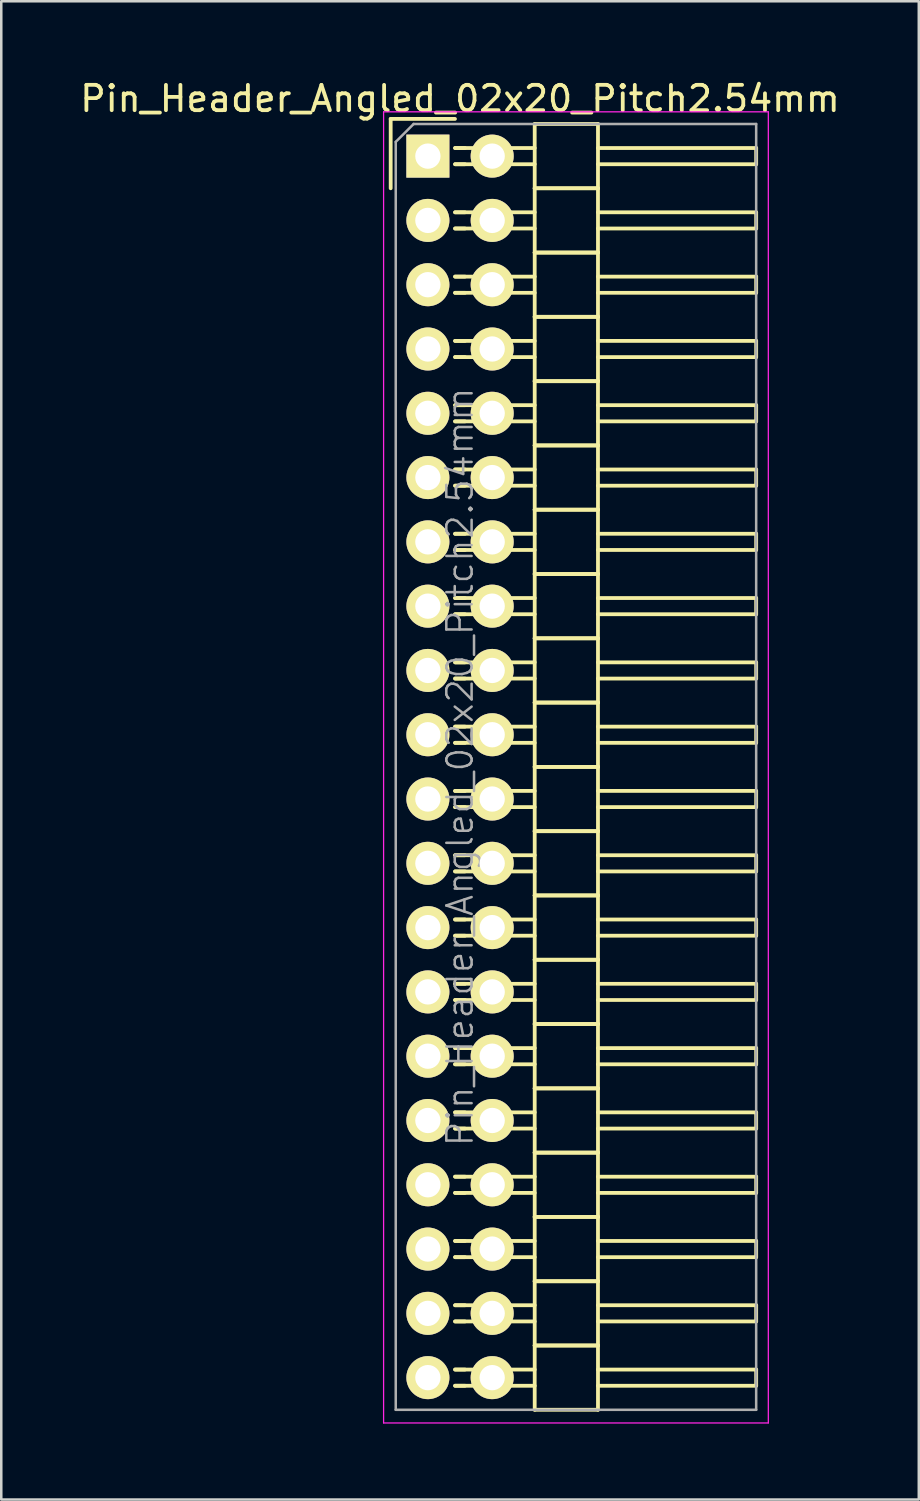
<source format=kicad_pcb>
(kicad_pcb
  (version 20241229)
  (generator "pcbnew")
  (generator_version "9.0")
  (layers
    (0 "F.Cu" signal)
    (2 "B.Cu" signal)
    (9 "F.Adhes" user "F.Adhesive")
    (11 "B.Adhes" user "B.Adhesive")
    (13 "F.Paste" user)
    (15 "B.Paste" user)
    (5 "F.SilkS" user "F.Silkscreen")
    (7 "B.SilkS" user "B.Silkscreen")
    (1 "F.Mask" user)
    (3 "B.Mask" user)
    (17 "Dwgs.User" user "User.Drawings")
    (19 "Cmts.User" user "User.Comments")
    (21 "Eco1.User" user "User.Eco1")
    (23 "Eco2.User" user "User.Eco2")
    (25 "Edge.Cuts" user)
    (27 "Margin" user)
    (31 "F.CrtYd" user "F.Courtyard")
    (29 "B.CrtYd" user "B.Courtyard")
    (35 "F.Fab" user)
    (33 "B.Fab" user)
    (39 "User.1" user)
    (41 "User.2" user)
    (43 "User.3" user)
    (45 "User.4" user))
  (footprint "Pin_Header_Angled_02x20_Pitch2.54mm"
    (layer "F.Cu")
    (at 13.855 3.118)
    (property "Reference" "Pin_Header_Angled_02x20_Pitch2.54mm" (at 1.27 -2.27 0) (layer "F.SilkS") (effects (font (size 1 1) (thickness 0.15))))
    (attr smd)
    (fp_line (start -1.47 -1.47) (end -1.47 1.27) (stroke (width 0.15) (type solid)) (layer "F.SilkS"))
    (fp_line (start -1.47 -1.47) (end 1.07 -1.47) (stroke (width 0.15) (type solid)) (layer "F.SilkS"))
    (fp_line (start 1.465 -0.32) (end 1.075 -0.32) (stroke (width 0.15) (type solid)) (layer "F.SilkS"))
    (fp_line (start 1.465 0.32) (end 1.075 0.32) (stroke (width 0.15) (type solid)) (layer "F.SilkS"))
    (fp_line (start 1.465 2.22) (end 1.075 2.22) (stroke (width 0.15) (type solid)) (layer "F.SilkS"))
    (fp_line (start 1.465 2.86) (end 1.075 2.86) (stroke (width 0.15) (type solid)) (layer "F.SilkS"))
    (fp_line (start 1.465 4.76) (end 1.075 4.76) (stroke (width 0.15) (type solid)) (layer "F.SilkS"))
    (fp_line (start 1.465 5.4) (end 1.075 5.4) (stroke (width 0.15) (type solid)) (layer "F.SilkS"))
    (fp_line (start 1.465 7.3) (end 1.075 7.3) (stroke (width 0.15) (type solid)) (layer "F.SilkS"))
    (fp_line (start 1.465 7.94) (end 1.075 7.94) (stroke (width 0.15) (type solid)) (layer "F.SilkS"))
    (fp_line (start 1.465 9.84) (end 1.075 9.84) (stroke (width 0.15) (type solid)) (layer "F.SilkS"))
    (fp_line (start 1.465 10.48) (end 1.075 10.48) (stroke (width 0.15) (type solid)) (layer "F.SilkS"))
    (fp_line (start 1.465 12.38) (end 1.075 12.38) (stroke (width 0.15) (type solid)) (layer "F.SilkS"))
    (fp_line (start 1.465 13.02) (end 1.075 13.02) (stroke (width 0.15) (type solid)) (layer "F.SilkS"))
    (fp_line (start 1.465 14.92) (end 1.075 14.92) (stroke (width 0.15) (type solid)) (layer "F.SilkS"))
    (fp_line (start 1.465 15.56) (end 1.075 15.56) (stroke (width 0.15) (type solid)) (layer "F.SilkS"))
    (fp_line (start 1.465 17.46) (end 1.075 17.46) (stroke (width 0.15) (type solid)) (layer "F.SilkS"))
    (fp_line (start 1.465 18.1) (end 1.075 18.1) (stroke (width 0.15) (type solid)) (layer "F.SilkS"))
    (fp_line (start 1.465 20) (end 1.075 20) (stroke (width 0.15) (type solid)) (layer "F.SilkS"))
    (fp_line (start 1.465 20.64) (end 1.075 20.64) (stroke (width 0.15) (type solid)) (layer "F.SilkS"))
    (fp_line (start 1.465 22.54) (end 1.075 22.54) (stroke (width 0.15) (type solid)) (layer "F.SilkS"))
    (fp_line (start 1.465 23.18) (end 1.075 23.18) (stroke (width 0.15) (type solid)) (layer "F.SilkS"))
    (fp_line (start 1.465 25.08) (end 1.075 25.08) (stroke (width 0.15) (type solid)) (layer "F.SilkS"))
    (fp_line (start 1.465 25.72) (end 1.075 25.72) (stroke (width 0.15) (type solid)) (layer "F.SilkS"))
    (fp_line (start 1.465 27.62) (end 1.075 27.62) (stroke (width 0.15) (type solid)) (layer "F.SilkS"))
    (fp_line (start 1.465 28.26) (end 1.075 28.26) (stroke (width 0.15) (type solid)) (layer "F.SilkS"))
    (fp_line (start 1.465 30.16) (end 1.075 30.16) (stroke (width 0.15) (type solid)) (layer "F.SilkS"))
    (fp_line (start 1.465 30.8) (end 1.075 30.8) (stroke (width 0.15) (type solid)) (layer "F.SilkS"))
    (fp_line (start 1.465 32.7) (end 1.075 32.7) (stroke (width 0.15) (type solid)) (layer "F.SilkS"))
    (fp_line (start 1.465 33.34) (end 1.075 33.34) (stroke (width 0.15) (type solid)) (layer "F.SilkS"))
    (fp_line (start 1.465 35.24) (end 1.075 35.24) (stroke (width 0.15) (type solid)) (layer "F.SilkS"))
    (fp_line (start 1.465 35.88) (end 1.075 35.88) (stroke (width 0.15) (type solid)) (layer "F.SilkS"))
    (fp_line (start 1.465 37.78) (end 1.075 37.78) (stroke (width 0.15) (type solid)) (layer "F.SilkS"))
    (fp_line (start 1.465 38.42) (end 1.075 38.42) (stroke (width 0.15) (type solid)) (layer "F.SilkS"))
    (fp_line (start 1.465 40.32) (end 1.075 40.32) (stroke (width 0.15) (type solid)) (layer "F.SilkS"))
    (fp_line (start 1.465 40.96) (end 1.075 40.96) (stroke (width 0.15) (type solid)) (layer "F.SilkS"))
    (fp_line (start 1.465 42.86) (end 1.075 42.86) (stroke (width 0.15) (type solid)) (layer "F.SilkS"))
    (fp_line (start 1.465 43.5) (end 1.075 43.5) (stroke (width 0.15) (type solid)) (layer "F.SilkS"))
    (fp_line (start 1.465 45.4) (end 1.075 45.4) (stroke (width 0.15) (type solid)) (layer "F.SilkS"))
    (fp_line (start 1.465 46.04) (end 1.075 46.04) (stroke (width 0.15) (type solid)) (layer "F.SilkS"))
    (fp_line (start 1.465 47.94) (end 1.075 47.94) (stroke (width 0.15) (type solid)) (layer "F.SilkS"))
    (fp_line (start 1.465 48.58) (end 1.075 48.58) (stroke (width 0.15) (type solid)) (layer "F.SilkS"))
    (fp_line (start 4.22 -0.32) (end 1.075 -0.32) (stroke (width 0.15) (type solid)) (layer "F.SilkS"))
    (fp_line (start 4.22 0.32) (end 1.075 0.32) (stroke (width 0.15) (type solid)) (layer "F.SilkS"))
    (fp_line (start 4.22 1.27) (end 4.22 -1.27) (stroke (width 0.15) (type solid)) (layer "F.SilkS"))
    (fp_line (start 4.22 2.22) (end 1.075 2.22) (stroke (width 0.15) (type solid)) (layer "F.SilkS"))
    (fp_line (start 4.22 2.86) (end 1.075 2.86) (stroke (width 0.15) (type solid)) (layer "F.SilkS"))
    (fp_line (start 4.22 3.81) (end 4.22 1.27) (stroke (width 0.15) (type solid)) (layer "F.SilkS"))
    (fp_line (start 4.22 4.76) (end 1.075 4.76) (stroke (width 0.15) (type solid)) (layer "F.SilkS"))
    (fp_line (start 4.22 5.4) (end 1.075 5.4) (stroke (width 0.15) (type solid)) (layer "F.SilkS"))
    (fp_line (start 4.22 6.35) (end 4.22 3.81) (stroke (width 0.15) (type solid)) (layer "F.SilkS"))
    (fp_line (start 4.22 7.3) (end 1.075 7.3) (stroke (width 0.15) (type solid)) (layer "F.SilkS"))
    (fp_line (start 4.22 7.94) (end 1.075 7.94) (stroke (width 0.15) (type solid)) (layer "F.SilkS"))
    (fp_line (start 4.22 8.89) (end 4.22 6.35) (stroke (width 0.15) (type solid)) (layer "F.SilkS"))
    (fp_line (start 4.22 9.84) (end 1.075 9.84) (stroke (width 0.15) (type solid)) (layer "F.SilkS"))
    (fp_line (start 4.22 10.48) (end 1.075 10.48) (stroke (width 0.15) (type solid)) (layer "F.SilkS"))
    (fp_line (start 4.22 11.43) (end 4.22 8.89) (stroke (width 0.15) (type solid)) (layer "F.SilkS"))
    (fp_line (start 4.22 12.38) (end 1.075 12.38) (stroke (width 0.15) (type solid)) (layer "F.SilkS"))
    (fp_line (start 4.22 13.02) (end 1.075 13.02) (stroke (width 0.15) (type solid)) (layer "F.SilkS"))
    (fp_line (start 4.22 13.97) (end 4.22 11.43) (stroke (width 0.15) (type solid)) (layer "F.SilkS"))
    (fp_line (start 4.22 14.92) (end 1.075 14.92) (stroke (width 0.15) (type solid)) (layer "F.SilkS"))
    (fp_line (start 4.22 15.56) (end 1.075 15.56) (stroke (width 0.15) (type solid)) (layer "F.SilkS"))
    (fp_line (start 4.22 16.51) (end 4.22 13.97) (stroke (width 0.15) (type solid)) (layer "F.SilkS"))
    (fp_line (start 4.22 17.46) (end 1.075 17.46) (stroke (width 0.15) (type solid)) (layer "F.SilkS"))
    (fp_line (start 4.22 18.1) (end 1.075 18.1) (stroke (width 0.15) (type solid)) (layer "F.SilkS"))
    (fp_line (start 4.22 19.05) (end 4.22 16.51) (stroke (width 0.15) (type solid)) (layer "F.SilkS"))
    (fp_line (start 4.22 20) (end 1.075 20) (stroke (width 0.15) (type solid)) (layer "F.SilkS"))
    (fp_line (start 4.22 20.64) (end 1.075 20.64) (stroke (width 0.15) (type solid)) (layer "F.SilkS"))
    (fp_line (start 4.22 21.59) (end 4.22 19.05) (stroke (width 0.15) (type solid)) (layer "F.SilkS"))
    (fp_line (start 4.22 22.54) (end 1.075 22.54) (stroke (width 0.15) (type solid)) (layer "F.SilkS"))
    (fp_line (start 4.22 23.18) (end 1.075 23.18) (stroke (width 0.15) (type solid)) (layer "F.SilkS"))
    (fp_line (start 4.22 24.13) (end 4.22 21.59) (stroke (width 0.15) (type solid)) (layer "F.SilkS"))
    (fp_line (start 4.22 25.08) (end 1.075 25.08) (stroke (width 0.15) (type solid)) (layer "F.SilkS"))
    (fp_line (start 4.22 25.72) (end 1.075 25.72) (stroke (width 0.15) (type solid)) (layer "F.SilkS"))
    (fp_line (start 4.22 26.67) (end 4.22 24.13) (stroke (width 0.15) (type solid)) (layer "F.SilkS"))
    (fp_line (start 4.22 27.62) (end 1.075 27.62) (stroke (width 0.15) (type solid)) (layer "F.SilkS"))
    (fp_line (start 4.22 28.26) (end 1.075 28.26) (stroke (width 0.15) (type solid)) (layer "F.SilkS"))
    (fp_line (start 4.22 29.21) (end 4.22 26.67) (stroke (width 0.15) (type solid)) (layer "F.SilkS"))
    (fp_line (start 4.22 30.16) (end 1.075 30.16) (stroke (width 0.15) (type solid)) (layer "F.SilkS"))
    (fp_line (start 4.22 30.8) (end 1.075 30.8) (stroke (width 0.15) (type solid)) (layer "F.SilkS"))
    (fp_line (start 4.22 31.75) (end 4.22 29.21) (stroke (width 0.15) (type solid)) (layer "F.SilkS"))
    (fp_line (start 4.22 32.7) (end 1.075 32.7) (stroke (width 0.15) (type solid)) (layer "F.SilkS"))
    (fp_line (start 4.22 33.34) (end 1.075 33.34) (stroke (width 0.15) (type solid)) (layer "F.SilkS"))
    (fp_line (start 4.22 34.29) (end 4.22 31.75) (stroke (width 0.15) (type solid)) (layer "F.SilkS"))
    (fp_line (start 4.22 35.24) (end 1.075 35.24) (stroke (width 0.15) (type solid)) (layer "F.SilkS"))
    (fp_line (start 4.22 35.88) (end 1.075 35.88) (stroke (width 0.15) (type solid)) (layer "F.SilkS"))
    (fp_line (start 4.22 36.83) (end 4.22 34.29) (stroke (width 0.15) (type solid)) (layer "F.SilkS"))
    (fp_line (start 4.22 37.78) (end 1.075 37.78) (stroke (width 0.15) (type solid)) (layer "F.SilkS"))
    (fp_line (start 4.22 38.42) (end 1.075 38.42) (stroke (width 0.15) (type solid)) (layer "F.SilkS"))
    (fp_line (start 4.22 39.37) (end 4.22 36.83) (stroke (width 0.15) (type solid)) (layer "F.SilkS"))
    (fp_line (start 4.22 40.32) (end 1.075 40.32) (stroke (width 0.15) (type solid)) (layer "F.SilkS"))
    (fp_line (start 4.22 40.96) (end 1.075 40.96) (stroke (width 0.15) (type solid)) (layer "F.SilkS"))
    (fp_line (start 4.22 41.91) (end 4.22 39.37) (stroke (width 0.15) (type solid)) (layer "F.SilkS"))
    (fp_line (start 4.22 42.86) (end 1.075 42.86) (stroke (width 0.15) (type solid)) (layer "F.SilkS"))
    (fp_line (start 4.22 43.5) (end 1.075 43.5) (stroke (width 0.15) (type solid)) (layer "F.SilkS"))
    (fp_line (start 4.22 44.45) (end 4.22 41.91) (stroke (width 0.15) (type solid)) (layer "F.SilkS"))
    (fp_line (start 4.22 45.4) (end 1.075 45.4) (stroke (width 0.15) (type solid)) (layer "F.SilkS"))
    (fp_line (start 4.22 46.04) (end 1.075 46.04) (stroke (width 0.15) (type solid)) (layer "F.SilkS"))
    (fp_line (start 4.22 46.99) (end 4.22 44.45) (stroke (width 0.15) (type solid)) (layer "F.SilkS"))
    (fp_line (start 4.22 47.94) (end 1.075 47.94) (stroke (width 0.15) (type solid)) (layer "F.SilkS"))
    (fp_line (start 4.22 48.58) (end 1.075 48.58) (stroke (width 0.15) (type solid)) (layer "F.SilkS"))
    (fp_line (start 4.22 49.53) (end 4.22 46.99) (stroke (width 0.15) (type solid)) (layer "F.SilkS"))
    (fp_line (start 6.72 -1.27) (end 4.22 -1.27) (stroke (width 0.15) (type solid)) (layer "F.SilkS"))
    (fp_line (start 6.72 -0.32) (end 12.97 -0.32) (stroke (width 0.15) (type solid)) (layer "F.SilkS"))
    (fp_line (start 6.72 0.32) (end 12.97 0.32) (stroke (width 0.15) (type solid)) (layer "F.SilkS"))
    (fp_line (start 6.72 1.27) (end 4.22 1.27) (stroke (width 0.15) (type solid)) (layer "F.SilkS"))
    (fp_line (start 6.72 1.27) (end 4.22 1.27) (stroke (width 0.15) (type solid)) (layer "F.SilkS"))
    (fp_line (start 6.72 1.27) (end 6.72 -1.27) (stroke (width 0.15) (type solid)) (layer "F.SilkS"))
    (fp_line (start 6.72 2.22) (end 12.97 2.22) (stroke (width 0.15) (type solid)) (layer "F.SilkS"))
    (fp_line (start 6.72 2.86) (end 12.97 2.86) (stroke (width 0.15) (type solid)) (layer "F.SilkS"))
    (fp_line (start 6.72 3.81) (end 4.22 3.81) (stroke (width 0.15) (type solid)) (layer "F.SilkS"))
    (fp_line (start 6.72 3.81) (end 4.22 3.81) (stroke (width 0.15) (type solid)) (layer "F.SilkS"))
    (fp_line (start 6.72 3.81) (end 6.72 1.27) (stroke (width 0.15) (type solid)) (layer "F.SilkS"))
    (fp_line (start 6.72 4.76) (end 12.97 4.76) (stroke (width 0.15) (type solid)) (layer "F.SilkS"))
    (fp_line (start 6.72 5.4) (end 12.97 5.4) (stroke (width 0.15) (type solid)) (layer "F.SilkS"))
    (fp_line (start 6.72 6.35) (end 4.22 6.35) (stroke (width 0.15) (type solid)) (layer "F.SilkS"))
    (fp_line (start 6.72 6.35) (end 4.22 6.35) (stroke (width 0.15) (type solid)) (layer "F.SilkS"))
    (fp_line (start 6.72 6.35) (end 6.72 3.81) (stroke (width 0.15) (type solid)) (layer "F.SilkS"))
    (fp_line (start 6.72 7.3) (end 12.97 7.3) (stroke (width 0.15) (type solid)) (layer "F.SilkS"))
    (fp_line (start 6.72 7.94) (end 12.97 7.94) (stroke (width 0.15) (type solid)) (layer "F.SilkS"))
    (fp_line (start 6.72 8.89) (end 4.22 8.89) (stroke (width 0.15) (type solid)) (layer "F.SilkS"))
    (fp_line (start 6.72 8.89) (end 4.22 8.89) (stroke (width 0.15) (type solid)) (layer "F.SilkS"))
    (fp_line (start 6.72 8.89) (end 6.72 6.35) (stroke (width 0.15) (type solid)) (layer "F.SilkS"))
    (fp_line (start 6.72 9.84) (end 12.97 9.84) (stroke (width 0.15) (type solid)) (layer "F.SilkS"))
    (fp_line (start 6.72 10.48) (end 12.97 10.48) (stroke (width 0.15) (type solid)) (layer "F.SilkS"))
    (fp_line (start 6.72 11.43) (end 4.22 11.43) (stroke (width 0.15) (type solid)) (layer "F.SilkS"))
    (fp_line (start 6.72 11.43) (end 4.22 11.43) (stroke (width 0.15) (type solid)) (layer "F.SilkS"))
    (fp_line (start 6.72 11.43) (end 6.72 8.89) (stroke (width 0.15) (type solid)) (layer "F.SilkS"))
    (fp_line (start 6.72 12.38) (end 12.97 12.38) (stroke (width 0.15) (type solid)) (layer "F.SilkS"))
    (fp_line (start 6.72 13.02) (end 12.97 13.02) (stroke (width 0.15) (type solid)) (layer "F.SilkS"))
    (fp_line (start 6.72 13.97) (end 4.22 13.97) (stroke (width 0.15) (type solid)) (layer "F.SilkS"))
    (fp_line (start 6.72 13.97) (end 4.22 13.97) (stroke (width 0.15) (type solid)) (layer "F.SilkS"))
    (fp_line (start 6.72 13.97) (end 6.72 11.43) (stroke (width 0.15) (type solid)) (layer "F.SilkS"))
    (fp_line (start 6.72 14.92) (end 12.97 14.92) (stroke (width 0.15) (type solid)) (layer "F.SilkS"))
    (fp_line (start 6.72 15.56) (end 12.97 15.56) (stroke (width 0.15) (type solid)) (layer "F.SilkS"))
    (fp_line (start 6.72 16.51) (end 4.22 16.51) (stroke (width 0.15) (type solid)) (layer "F.SilkS"))
    (fp_line (start 6.72 16.51) (end 4.22 16.51) (stroke (width 0.15) (type solid)) (layer "F.SilkS"))
    (fp_line (start 6.72 16.51) (end 6.72 13.97) (stroke (width 0.15) (type solid)) (layer "F.SilkS"))
    (fp_line (start 6.72 17.46) (end 12.97 17.46) (stroke (width 0.15) (type solid)) (layer "F.SilkS"))
    (fp_line (start 6.72 18.1) (end 12.97 18.1) (stroke (width 0.15) (type solid)) (layer "F.SilkS"))
    (fp_line (start 6.72 19.05) (end 4.22 19.05) (stroke (width 0.15) (type solid)) (layer "F.SilkS"))
    (fp_line (start 6.72 19.05) (end 4.22 19.05) (stroke (width 0.15) (type solid)) (layer "F.SilkS"))
    (fp_line (start 6.72 19.05) (end 6.72 16.51) (stroke (width 0.15) (type solid)) (layer "F.SilkS"))
    (fp_line (start 6.72 20) (end 12.97 20) (stroke (width 0.15) (type solid)) (layer "F.SilkS"))
    (fp_line (start 6.72 20.64) (end 12.97 20.64) (stroke (width 0.15) (type solid)) (layer "F.SilkS"))
    (fp_line (start 6.72 21.59) (end 4.22 21.59) (stroke (width 0.15) (type solid)) (layer "F.SilkS"))
    (fp_line (start 6.72 21.59) (end 4.22 21.59) (stroke (width 0.15) (type solid)) (layer "F.SilkS"))
    (fp_line (start 6.72 21.59) (end 6.72 19.05) (stroke (width 0.15) (type solid)) (layer "F.SilkS"))
    (fp_line (start 6.72 22.54) (end 12.97 22.54) (stroke (width 0.15) (type solid)) (layer "F.SilkS"))
    (fp_line (start 6.72 23.18) (end 12.97 23.18) (stroke (width 0.15) (type solid)) (layer "F.SilkS"))
    (fp_line (start 6.72 24.13) (end 4.22 24.13) (stroke (width 0.15) (type solid)) (layer "F.SilkS"))
    (fp_line (start 6.72 24.13) (end 4.22 24.13) (stroke (width 0.15) (type solid)) (layer "F.SilkS"))
    (fp_line (start 6.72 24.13) (end 6.72 21.59) (stroke (width 0.15) (type solid)) (layer "F.SilkS"))
    (fp_line (start 6.72 25.08) (end 12.97 25.08) (stroke (width 0.15) (type solid)) (layer "F.SilkS"))
    (fp_line (start 6.72 25.72) (end 12.97 25.72) (stroke (width 0.15) (type solid)) (layer "F.SilkS"))
    (fp_line (start 6.72 26.67) (end 4.22 26.67) (stroke (width 0.15) (type solid)) (layer "F.SilkS"))
    (fp_line (start 6.72 26.67) (end 4.22 26.67) (stroke (width 0.15) (type solid)) (layer "F.SilkS"))
    (fp_line (start 6.72 26.67) (end 6.72 24.13) (stroke (width 0.15) (type solid)) (layer "F.SilkS"))
    (fp_line (start 6.72 27.62) (end 12.97 27.62) (stroke (width 0.15) (type solid)) (layer "F.SilkS"))
    (fp_line (start 6.72 28.26) (end 12.97 28.26) (stroke (width 0.15) (type solid)) (layer "F.SilkS"))
    (fp_line (start 6.72 29.21) (end 4.22 29.21) (stroke (width 0.15) (type solid)) (layer "F.SilkS"))
    (fp_line (start 6.72 29.21) (end 4.22 29.21) (stroke (width 0.15) (type solid)) (layer "F.SilkS"))
    (fp_line (start 6.72 29.21) (end 6.72 26.67) (stroke (width 0.15) (type solid)) (layer "F.SilkS"))
    (fp_line (start 6.72 30.16) (end 12.97 30.16) (stroke (width 0.15) (type solid)) (layer "F.SilkS"))
    (fp_line (start 6.72 30.8) (end 12.97 30.8) (stroke (width 0.15) (type solid)) (layer "F.SilkS"))
    (fp_line (start 6.72 31.75) (end 4.22 31.75) (stroke (width 0.15) (type solid)) (layer "F.SilkS"))
    (fp_line (start 6.72 31.75) (end 4.22 31.75) (stroke (width 0.15) (type solid)) (layer "F.SilkS"))
    (fp_line (start 6.72 31.75) (end 6.72 29.21) (stroke (width 0.15) (type solid)) (layer "F.SilkS"))
    (fp_line (start 6.72 32.7) (end 12.97 32.7) (stroke (width 0.15) (type solid)) (layer "F.SilkS"))
    (fp_line (start 6.72 33.34) (end 12.97 33.34) (stroke (width 0.15) (type solid)) (layer "F.SilkS"))
    (fp_line (start 6.72 34.29) (end 4.22 34.29) (stroke (width 0.15) (type solid)) (layer "F.SilkS"))
    (fp_line (start 6.72 34.29) (end 4.22 34.29) (stroke (width 0.15) (type solid)) (layer "F.SilkS"))
    (fp_line (start 6.72 34.29) (end 6.72 31.75) (stroke (width 0.15) (type solid)) (layer "F.SilkS"))
    (fp_line (start 6.72 35.24) (end 12.97 35.24) (stroke (width 0.15) (type solid)) (layer "F.SilkS"))
    (fp_line (start 6.72 35.88) (end 12.97 35.88) (stroke (width 0.15) (type solid)) (layer "F.SilkS"))
    (fp_line (start 6.72 36.83) (end 4.22 36.83) (stroke (width 0.15) (type solid)) (layer "F.SilkS"))
    (fp_line (start 6.72 36.83) (end 4.22 36.83) (stroke (width 0.15) (type solid)) (layer "F.SilkS"))
    (fp_line (start 6.72 36.83) (end 6.72 34.29) (stroke (width 0.15) (type solid)) (layer "F.SilkS"))
    (fp_line (start 6.72 37.78) (end 12.97 37.78) (stroke (width 0.15) (type solid)) (layer "F.SilkS"))
    (fp_line (start 6.72 38.42) (end 12.97 38.42) (stroke (width 0.15) (type solid)) (layer "F.SilkS"))
    (fp_line (start 6.72 39.37) (end 4.22 39.37) (stroke (width 0.15) (type solid)) (layer "F.SilkS"))
    (fp_line (start 6.72 39.37) (end 4.22 39.37) (stroke (width 0.15) (type solid)) (layer "F.SilkS"))
    (fp_line (start 6.72 39.37) (end 6.72 36.83) (stroke (width 0.15) (type solid)) (layer "F.SilkS"))
    (fp_line (start 6.72 40.32) (end 12.97 40.32) (stroke (width 0.15) (type solid)) (layer "F.SilkS"))
    (fp_line (start 6.72 40.96) (end 12.97 40.96) (stroke (width 0.15) (type solid)) (layer "F.SilkS"))
    (fp_line (start 6.72 41.91) (end 4.22 41.91) (stroke (width 0.15) (type solid)) (layer "F.SilkS"))
    (fp_line (start 6.72 41.91) (end 4.22 41.91) (stroke (width 0.15) (type solid)) (layer "F.SilkS"))
    (fp_line (start 6.72 41.91) (end 6.72 39.37) (stroke (width 0.15) (type solid)) (layer "F.SilkS"))
    (fp_line (start 6.72 42.86) (end 12.97 42.86) (stroke (width 0.15) (type solid)) (layer "F.SilkS"))
    (fp_line (start 6.72 43.5) (end 12.97 43.5) (stroke (width 0.15) (type solid)) (layer "F.SilkS"))
    (fp_line (start 6.72 44.45) (end 4.22 44.45) (stroke (width 0.15) (type solid)) (layer "F.SilkS"))
    (fp_line (start 6.72 44.45) (end 4.22 44.45) (stroke (width 0.15) (type solid)) (layer "F.SilkS"))
    (fp_line (start 6.72 44.45) (end 6.72 41.91) (stroke (width 0.15) (type solid)) (layer "F.SilkS"))
    (fp_line (start 6.72 45.4) (end 12.97 45.4) (stroke (width 0.15) (type solid)) (layer "F.SilkS"))
    (fp_line (start 6.72 46.04) (end 12.97 46.04) (stroke (width 0.15) (type solid)) (layer "F.SilkS"))
    (fp_line (start 6.72 46.99) (end 4.22 46.99) (stroke (width 0.15) (type solid)) (layer "F.SilkS"))
    (fp_line (start 6.72 46.99) (end 4.22 46.99) (stroke (width 0.15) (type solid)) (layer "F.SilkS"))
    (fp_line (start 6.72 46.99) (end 6.72 44.45) (stroke (width 0.15) (type solid)) (layer "F.SilkS"))
    (fp_line (start 6.72 47.94) (end 12.97 47.94) (stroke (width 0.15) (type solid)) (layer "F.SilkS"))
    (fp_line (start 6.72 48.58) (end 12.97 48.58) (stroke (width 0.15) (type solid)) (layer "F.SilkS"))
    (fp_line (start 6.72 49.53) (end 4.22 49.53) (stroke (width 0.15) (type solid)) (layer "F.SilkS"))
    (fp_line (start 6.72 49.53) (end 6.72 46.99) (stroke (width 0.15) (type solid)) (layer "F.SilkS"))
    (fp_line (start 12.97 0.32) (end 12.97 -0.32) (stroke (width 0.15) (type solid)) (layer "F.SilkS"))
    (fp_line (start 12.97 2.86) (end 12.97 2.22) (stroke (width 0.15) (type solid)) (layer "F.SilkS"))
    (fp_line (start 12.97 5.4) (end 12.97 4.76) (stroke (width 0.15) (type solid)) (layer "F.SilkS"))
    (fp_line (start 12.97 7.94) (end 12.97 7.3) (stroke (width 0.15) (type solid)) (layer "F.SilkS"))
    (fp_line (start 12.97 10.48) (end 12.97 9.84) (stroke (width 0.15) (type solid)) (layer "F.SilkS"))
    (fp_line (start 12.97 13.02) (end 12.97 12.38) (stroke (width 0.15) (type solid)) (layer "F.SilkS"))
    (fp_line (start 12.97 15.56) (end 12.97 14.92) (stroke (width 0.15) (type solid)) (layer "F.SilkS"))
    (fp_line (start 12.97 18.1) (end 12.97 17.46) (stroke (width 0.15) (type solid)) (layer "F.SilkS"))
    (fp_line (start 12.97 20.64) (end 12.97 20) (stroke (width 0.15) (type solid)) (layer "F.SilkS"))
    (fp_line (start 12.97 23.18) (end 12.97 22.54) (stroke (width 0.15) (type solid)) (layer "F.SilkS"))
    (fp_line (start 12.97 25.72) (end 12.97 25.08) (stroke (width 0.15) (type solid)) (layer "F.SilkS"))
    (fp_line (start 12.97 28.26) (end 12.97 27.62) (stroke (width 0.15) (type solid)) (layer "F.SilkS"))
    (fp_line (start 12.97 30.8) (end 12.97 30.16) (stroke (width 0.15) (type solid)) (layer "F.SilkS"))
    (fp_line (start 12.97 33.34) (end 12.97 32.7) (stroke (width 0.15) (type solid)) (layer "F.SilkS"))
    (fp_line (start 12.97 35.88) (end 12.97 35.24) (stroke (width 0.15) (type solid)) (layer "F.SilkS"))
    (fp_line (start 12.97 38.42) (end 12.97 37.78) (stroke (width 0.15) (type solid)) (layer "F.SilkS"))
    (fp_line (start 12.97 40.96) (end 12.97 40.32) (stroke (width 0.15) (type solid)) (layer "F.SilkS"))
    (fp_line (start 12.97 43.5) (end 12.97 42.86) (stroke (width 0.15) (type solid)) (layer "F.SilkS"))
    (fp_line (start 12.97 46.04) (end 12.97 45.4) (stroke (width 0.15) (type solid)) (layer "F.SilkS"))
    (fp_line (start 12.97 48.58) (end 12.97 47.94) (stroke (width 0.15) (type solid)) (layer "F.SilkS"))
    (fp_line (start -1.75 -1.75) (end -1.75 50.05) (stroke (width 0.05) (type solid)) (layer "F.CrtYd"))
    (fp_line (start 13.45 -1.75) (end -1.75 -1.75) (stroke (width 0.05) (type solid)) (layer "F.CrtYd"))
    (fp_line (start 13.45 -1.75) (end 13.45 50.05) (stroke (width 0.05) (type solid)) (layer "F.CrtYd"))
    (fp_line (start 13.45 50.05) (end -1.75 50.05) (stroke (width 0.05) (type solid)) (layer "F.CrtYd"))
    (fp_line (start -1.27 -0.563) (end -0.563 -1.27) (stroke (width 0.1) (type solid)) (layer "F.Fab"))
    (fp_line (start -1.27 49.53) (end -1.27 -0.563) (stroke (width 0.1) (type solid)) (layer "F.Fab"))
    (fp_line (start 12.97 -1.27) (end -0.563 -1.27) (stroke (width 0.1) (type solid)) (layer "F.Fab"))
    (fp_line (start 12.97 49.53) (end -1.27 49.53) (stroke (width 0.1) (type solid)) (layer "F.Fab"))
    (fp_line (start 12.97 49.53) (end 12.97 -1.27) (stroke (width 0.1) (type solid)) (layer "F.Fab"))
    (fp_text user "${REFERENCE}" (at 1.27 24.13 90) (layer "F.Fab") (effects (font (size 1 1) (thickness 0.1))))
    (pad "1" thru_hole rect (at 0 0) (size 1.7 1.7) (drill 1) (layers "*.Cu" "*.Mask" "F.SilkS"))
    (pad "2" thru_hole oval (at 2.54 0) (size 1.7 1.7) (drill 1) (layers "*.Cu" "*.Mask" "F.SilkS"))
    (pad "3" thru_hole oval (at 0 2.54) (size 1.7 1.7) (drill 1) (layers "*.Cu" "*.Mask" "F.SilkS"))
    (pad "4" thru_hole oval (at 2.54 2.54) (size 1.7 1.7) (drill 1) (layers "*.Cu" "*.Mask" "F.SilkS"))
    (pad "5" thru_hole oval (at 0 5.08) (size 1.7 1.7) (drill 1) (layers "*.Cu" "*.Mask" "F.SilkS"))
    (pad "6" thru_hole oval (at 2.54 5.08) (size 1.7 1.7) (drill 1) (layers "*.Cu" "*.Mask" "F.SilkS"))
    (pad "7" thru_hole oval (at 0 7.62) (size 1.7 1.7) (drill 1) (layers "*.Cu" "*.Mask" "F.SilkS"))
    (pad "8" thru_hole oval (at 2.54 7.62) (size 1.7 1.7) (drill 1) (layers "*.Cu" "*.Mask" "F.SilkS"))
    (pad "9" thru_hole oval (at 0 10.16) (size 1.7 1.7) (drill 1) (layers "*.Cu" "*.Mask" "F.SilkS"))
    (pad "10" thru_hole oval (at 2.54 10.16) (size 1.7 1.7) (drill 1) (layers "*.Cu" "*.Mask" "F.SilkS"))
    (pad "11" thru_hole oval (at 0 12.7) (size 1.7 1.7) (drill 1) (layers "*.Cu" "*.Mask" "F.SilkS"))
    (pad "12" thru_hole oval (at 2.54 12.7) (size 1.7 1.7) (drill 1) (layers "*.Cu" "*.Mask" "F.SilkS"))
    (pad "13" thru_hole oval (at 0 15.24) (size 1.7 1.7) (drill 1) (layers "*.Cu" "*.Mask" "F.SilkS"))
    (pad "14" thru_hole oval (at 2.54 15.24) (size 1.7 1.7) (drill 1) (layers "*.Cu" "*.Mask" "F.SilkS"))
    (pad "15" thru_hole oval (at 0 17.78) (size 1.7 1.7) (drill 1) (layers "*.Cu" "*.Mask" "F.SilkS"))
    (pad "16" thru_hole oval (at 2.54 17.78) (size 1.7 1.7) (drill 1) (layers "*.Cu" "*.Mask" "F.SilkS"))
    (pad "17" thru_hole oval (at 0 20.32) (size 1.7 1.7) (drill 1) (layers "*.Cu" "*.Mask" "F.SilkS"))
    (pad "18" thru_hole oval (at 2.54 20.32) (size 1.7 1.7) (drill 1) (layers "*.Cu" "*.Mask" "F.SilkS"))
    (pad "19" thru_hole oval (at 0 22.86) (size 1.7 1.7) (drill 1) (layers "*.Cu" "*.Mask" "F.SilkS"))
    (pad "20" thru_hole oval (at 2.54 22.86) (size 1.7 1.7) (drill 1) (layers "*.Cu" "*.Mask" "F.SilkS"))
    (pad "21" thru_hole oval (at 0 25.4) (size 1.7 1.7) (drill 1) (layers "*.Cu" "*.Mask" "F.SilkS"))
    (pad "22" thru_hole oval (at 2.54 25.4) (size 1.7 1.7) (drill 1) (layers "*.Cu" "*.Mask" "F.SilkS"))
    (pad "23" thru_hole oval (at 0 27.94) (size 1.7 1.7) (drill 1) (layers "*.Cu" "*.Mask" "F.SilkS"))
    (pad "24" thru_hole oval (at 2.54 27.94) (size 1.7 1.7) (drill 1) (layers "*.Cu" "*.Mask" "F.SilkS"))
    (pad "25" thru_hole oval (at 0 30.48) (size 1.7 1.7) (drill 1) (layers "*.Cu" "*.Mask" "F.SilkS"))
    (pad "26" thru_hole oval (at 2.54 30.48) (size 1.7 1.7) (drill 1) (layers "*.Cu" "*.Mask" "F.SilkS"))
    (pad "27" thru_hole oval (at 0 33.02) (size 1.7 1.7) (drill 1) (layers "*.Cu" "*.Mask" "F.SilkS"))
    (pad "28" thru_hole oval (at 2.54 33.02) (size 1.7 1.7) (drill 1) (layers "*.Cu" "*.Mask" "F.SilkS"))
    (pad "29" thru_hole oval (at 0 35.56) (size 1.7 1.7) (drill 1) (layers "*.Cu" "*.Mask" "F.SilkS"))
    (pad "30" thru_hole oval (at 2.54 35.56) (size 1.7 1.7) (drill 1) (layers "*.Cu" "*.Mask" "F.SilkS"))
    (pad "31" thru_hole oval (at 0 38.1) (size 1.7 1.7) (drill 1) (layers "*.Cu" "*.Mask" "F.SilkS"))
    (pad "32" thru_hole oval (at 2.54 38.1) (size 1.7 1.7) (drill 1) (layers "*.Cu" "*.Mask" "F.SilkS"))
    (pad "33" thru_hole oval (at 0 40.64) (size 1.7 1.7) (drill 1) (layers "*.Cu" "*.Mask" "F.SilkS"))
    (pad "34" thru_hole oval (at 2.54 40.64) (size 1.7 1.7) (drill 1) (layers "*.Cu" "*.Mask" "F.SilkS"))
    (pad "35" thru_hole oval (at 0 43.18) (size 1.7 1.7) (drill 1) (layers "*.Cu" "*.Mask" "F.SilkS"))
    (pad "36" thru_hole oval (at 2.54 43.18) (size 1.7 1.7) (drill 1) (layers "*.Cu" "*.Mask" "F.SilkS"))
    (pad "37" thru_hole oval (at 0 45.72) (size 1.7 1.7) (drill 1) (layers "*.Cu" "*.Mask" "F.SilkS"))
    (pad "38" thru_hole oval (at 2.54 45.72) (size 1.7 1.7) (drill 1) (layers "*.Cu" "*.Mask" "F.SilkS"))
    (pad "39" thru_hole oval (at 0 48.26) (size 1.7 1.7) (drill 1) (layers "*.Cu" "*.Mask" "F.SilkS"))
    (pad "40" thru_hole oval (at 2.54 48.26) (size 1.7 1.7) (drill 1) (layers "*.Cu" "*.Mask" "F.SilkS")))
  (gr_rect
    (start -3 -3)
    (end 33.25 56.193)
    (stroke (width 0.1) (type default))
    (fill no)
    (layer "Edge.Cuts")))
</source>
